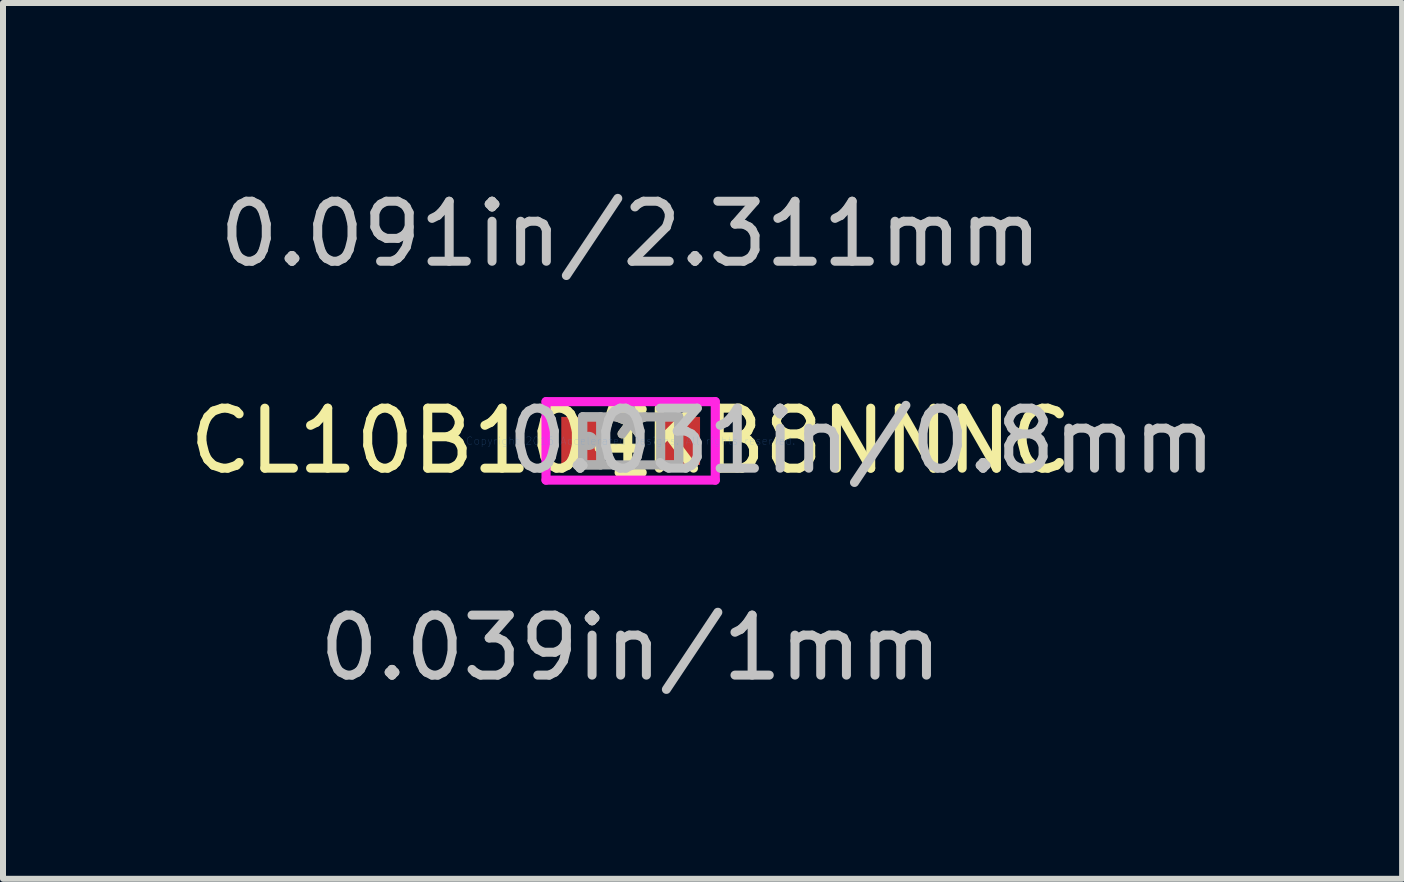
<source format=kicad_pcb>
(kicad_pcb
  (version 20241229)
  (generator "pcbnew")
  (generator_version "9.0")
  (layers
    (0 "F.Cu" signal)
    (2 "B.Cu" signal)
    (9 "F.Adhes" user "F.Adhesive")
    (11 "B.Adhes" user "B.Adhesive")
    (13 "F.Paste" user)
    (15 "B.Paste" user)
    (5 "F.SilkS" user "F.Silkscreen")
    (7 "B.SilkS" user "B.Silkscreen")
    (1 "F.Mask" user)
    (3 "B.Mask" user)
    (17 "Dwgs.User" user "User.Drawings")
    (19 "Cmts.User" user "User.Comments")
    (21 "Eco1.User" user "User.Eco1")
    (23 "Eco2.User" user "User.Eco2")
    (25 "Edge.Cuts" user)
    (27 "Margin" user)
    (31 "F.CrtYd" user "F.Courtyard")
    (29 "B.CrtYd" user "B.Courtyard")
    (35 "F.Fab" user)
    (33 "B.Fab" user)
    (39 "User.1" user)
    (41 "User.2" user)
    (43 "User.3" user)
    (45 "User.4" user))
  (footprint "CL10B104KB8NNNC"
    (layer "F.Cu")
    (at 7.458 4.296)
    (property "Reference" "CL10B104KB8NNNC" (at 0 0 0) (layer "F.SilkS") (effects (font (size 1 1) (thickness 0.15))))
    (attr through_hole)
    (fp_line (start -0.192 0.527) (end 0.192 0.527) (stroke (width 0.152) (type solid)) (layer "F.SilkS"))
    (fp_line (start 0.192 -0.527) (end -0.192 -0.527) (stroke (width 0.152) (type solid)) (layer "F.SilkS"))
    (fp_line (start -1.41 -0.654) (end 1.41 -0.654) (stroke (width 0.152) (type solid)) (layer "F.CrtYd"))
    (fp_line (start -1.41 0.654) (end -1.41 -0.654) (stroke (width 0.152) (type solid)) (layer "F.CrtYd"))
    (fp_line (start 1.41 -0.654) (end 1.41 0.654) (stroke (width 0.152) (type solid)) (layer "F.CrtYd"))
    (fp_line (start 1.41 0.654) (end -1.41 0.654) (stroke (width 0.152) (type solid)) (layer "F.CrtYd"))
    (fp_line (start -0.8 -0.4) (end -0.8 0.4) (stroke (width 0.152) (type solid)) (layer "F.Fab"))
    (fp_line (start -0.8 -0.4) (end -0.8 0.4) (stroke (width 0.152) (type solid)) (layer "F.Fab"))
    (fp_line (start -0.8 0.4) (end -0.5 0.4) (stroke (width 0.152) (type solid)) (layer "F.Fab"))
    (fp_line (start -0.8 0.4) (end 0.8 0.4) (stroke (width 0.152) (type solid)) (layer "F.Fab"))
    (fp_line (start -0.5 -0.4) (end -0.8 -0.4) (stroke (width 0.152) (type solid)) (layer "F.Fab"))
    (fp_line (start -0.5 0.4) (end -0.5 -0.4) (stroke (width 0.152) (type solid)) (layer "F.Fab"))
    (fp_line (start 0.5 -0.4) (end 0.5 0.4) (stroke (width 0.152) (type solid)) (layer "F.Fab"))
    (fp_line (start 0.5 0.4) (end 0.8 0.4) (stroke (width 0.152) (type solid)) (layer "F.Fab"))
    (fp_line (start 0.8 -0.4) (end -0.8 -0.4) (stroke (width 0.152) (type solid)) (layer "F.Fab"))
    (fp_line (start 0.8 -0.4) (end 0.5 -0.4) (stroke (width 0.152) (type solid)) (layer "F.Fab"))
    (fp_line (start 0.8 0.4) (end 0.8 -0.4) (stroke (width 0.152) (type solid)) (layer "F.Fab"))
    (fp_line (start 0.8 0.4) (end 0.8 -0.4) (stroke (width 0.152) (type solid)) (layer "F.Fab"))
    (fp_circle (center -0.701 0) (end -0.701 0) (stroke (width 0.152) (type solid)) (fill no) (layer "F.Fab"))
    (fp_text user "*" (at 0 0 0) (layer "F.SilkS") (effects (font (size 1 1) (thickness 0.15))))
    (fp_text user "0.091in/2.311mm" (at 0 -3.448 0) (layer "Dwgs.User") (effects (font (size 1 1) (thickness 0.15))))
    (fp_text user "0.031in/0.8mm" (at 3.848 0 0) (layer "Dwgs.User") (effects (font (size 1 1) (thickness 0.15))))
    (fp_text user "0.039in/1mm" (at 0 3.448 0) (layer "Dwgs.User") (effects (font (size 1 1) (thickness 0.15))))
    (fp_text user "Copyright 2016 Accelerated Designs. All rights reserved." (at 0 0 0) (layer "Cmts.User") (effects (font (size 0.127 0.127) (thickness 0.002))))
    (fp_text user "*" (at 0 0 0) (layer "F.Fab") (effects (font (size 1 1) (thickness 0.15))))
    (pad "1" smd rect (at -0.828 0) (size 0.656 0.8) (layers "F.Cu" "F.Mask" "F.Paste"))
    (pad "2" smd rect (at 0.828 0) (size 0.656 0.8) (layers "F.Cu" "F.Mask" "F.Paste")))
  (gr_rect
    (start -3 -3)
    (end 20.312 11.592)
    (stroke (width 0.1) (type default))
    (fill no)
    (layer "Edge.Cuts")))
</source>
